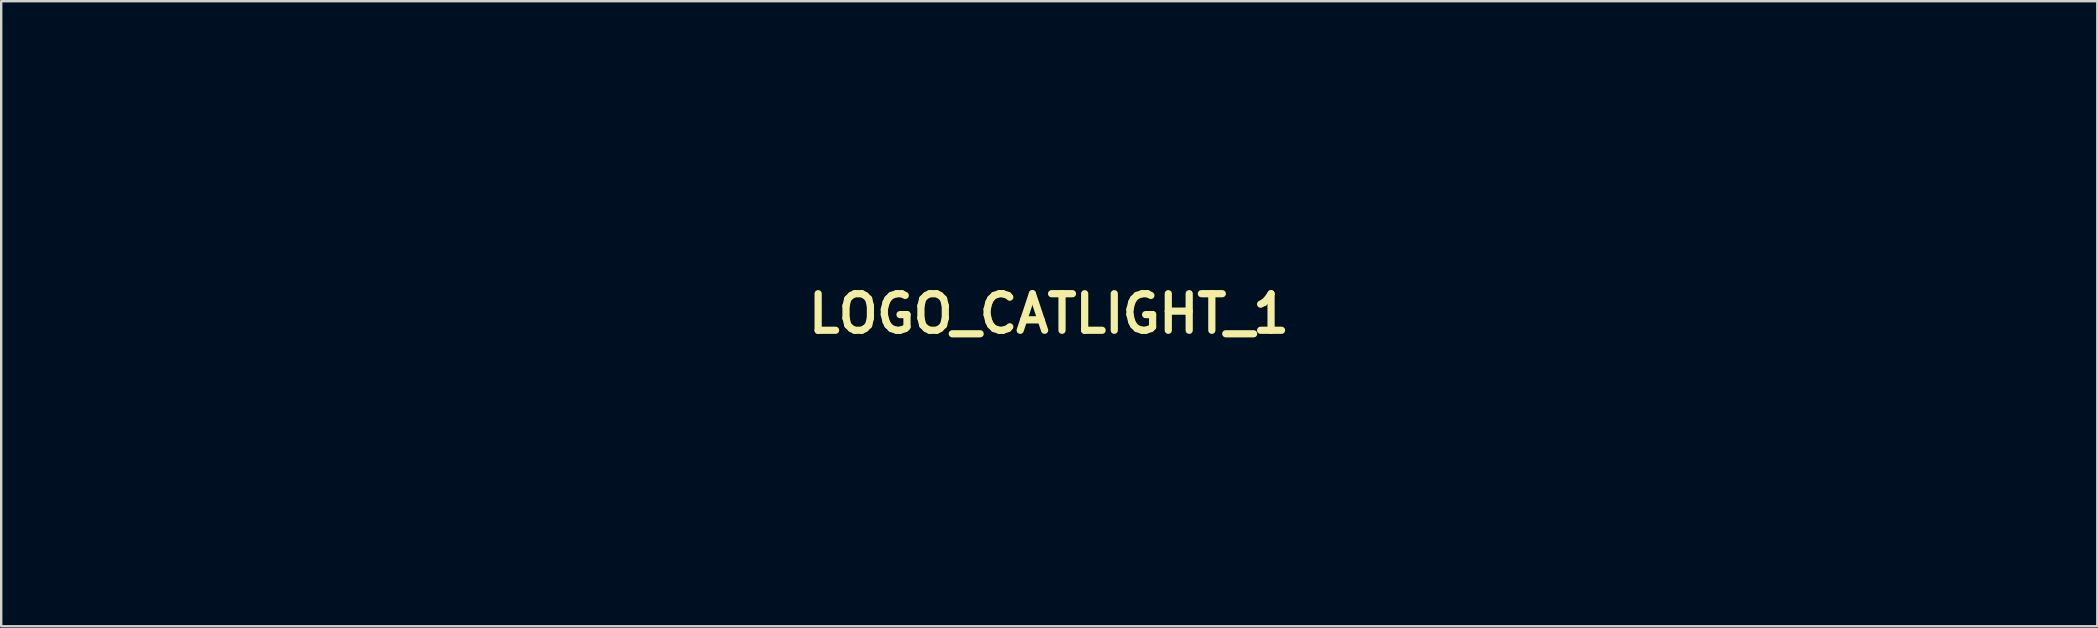
<source format=kicad_pcb>
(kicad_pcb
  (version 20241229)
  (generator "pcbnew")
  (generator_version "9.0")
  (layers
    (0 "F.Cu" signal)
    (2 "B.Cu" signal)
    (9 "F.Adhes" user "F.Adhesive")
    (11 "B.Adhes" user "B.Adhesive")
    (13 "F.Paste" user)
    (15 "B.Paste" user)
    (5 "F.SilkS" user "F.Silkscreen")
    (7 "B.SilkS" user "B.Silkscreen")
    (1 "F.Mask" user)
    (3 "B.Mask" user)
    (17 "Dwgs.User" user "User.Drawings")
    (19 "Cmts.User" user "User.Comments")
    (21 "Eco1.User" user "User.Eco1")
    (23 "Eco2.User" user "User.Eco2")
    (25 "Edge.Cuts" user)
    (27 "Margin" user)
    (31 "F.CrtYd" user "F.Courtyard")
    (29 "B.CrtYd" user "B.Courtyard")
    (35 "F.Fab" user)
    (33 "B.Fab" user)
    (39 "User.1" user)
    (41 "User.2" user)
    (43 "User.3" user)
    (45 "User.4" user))
  (footprint "LOGO_CATLIGHT_1"
    (layer "F.Cu")
    (at 40.649 10.02)
    (property "Reference" "LOGO_CATLIGHT_1" (at 0 0 0) (layer "F.SilkS") (effects (font (size 1.524 1.524) (thickness 0.3))))
    (attr board_only exclude_from_pos_files exclude_from_bom)
    (fp_poly (pts (xy 14.319 -0.843) (xy 14.333 -0.843) (xy 14.691 -0.837) (xy 14.691 0.922) (xy 14.328 0.927) (xy 14.195 0.929) (xy 14.097 0.929) (xy 14.03 0.927) (xy 13.988 0.922) (xy 13.964 0.913) (xy 13.953 0.902) (xy 13.952 0.899) (xy 13.949 0.869) (xy 13.946 0.803) (xy 13.943 0.705) (xy 13.942 0.583) (xy 13.94 0.442) (xy 13.94 0.286) (xy 13.94 0.122) (xy 13.94 -0.045) (xy 13.941 -0.209) (xy 13.943 -0.364) (xy 13.945 -0.506) (xy 13.947 -0.628) (xy 13.95 -0.725) (xy 13.953 -0.791) (xy 13.957 -0.821) (xy 13.957 -0.821) (xy 13.974 -0.832) (xy 14.015 -0.839) (xy 14.082 -0.843) (xy 14.182 -0.844)) (stroke (width 0) (type solid)) (fill yes) (layer "F.Mask"))
    (fp_poly (pts (xy 15.237 -1.394) (xy 15.332 -1.393) (xy 15.729 -1.388) (xy 15.735 0.041) (xy 15.736 0.333) (xy 15.736 0.586) (xy 15.736 0.801) (xy 15.736 0.982) (xy 15.734 1.13) (xy 15.733 1.249) (xy 15.73 1.341) (xy 15.727 1.408) (xy 15.723 1.453) (xy 15.718 1.478) (xy 15.714 1.487) (xy 15.683 1.493) (xy 15.619 1.497) (xy 15.53 1.501) (xy 15.426 1.503) (xy 15.314 1.503) (xy 15.204 1.502) (xy 15.105 1.5) (xy 15.026 1.496) (xy 14.974 1.49) (xy 14.961 1.486) (xy 14.956 1.475) (xy 14.951 1.446) (xy 14.947 1.396) (xy 14.943 1.325) (xy 14.941 1.228) (xy 14.939 1.103) (xy 14.937 0.948) (xy 14.936 0.76) (xy 14.935 0.537) (xy 14.935 0.276) (xy 14.934 0.062) (xy 14.935 -0.179) (xy 14.935 -0.407) (xy 14.935 -0.62) (xy 14.935 -0.814) (xy 14.935 -0.984) (xy 14.935 -1.128) (xy 14.935 -1.242) (xy 14.935 -1.323) (xy 14.935 -1.366) (xy 14.935 -1.372) (xy 14.944 -1.382) (xy 14.974 -1.389) (xy 15.03 -1.393) (xy 15.116 -1.395)) (stroke (width 0) (type solid)) (fill yes) (layer "F.Mask"))
    (fp_poly (pts (xy 4.427 -0.336) (xy 4.466 -0.332) (xy 4.487 -0.324) (xy 4.496 -0.315) (xy 4.487 -0.289) (xy 4.456 -0.232) (xy 4.403 -0.148) (xy 4.332 -0.04) (xy 4.245 0.088) (xy 4.173 0.192) (xy 4.077 0.328) (xy 3.982 0.463) (xy 3.893 0.591) (xy 3.814 0.703) (xy 3.751 0.794) (xy 3.714 0.847) (xy 3.65 0.941) (xy 3.572 1.053) (xy 3.491 1.168) (xy 3.434 1.25) (xy 3.354 1.362) (xy 3.265 1.488) (xy 3.179 1.611) (xy 3.127 1.684) (xy 3.06 1.778) (xy 2.994 1.868) (xy 2.937 1.945) (xy 2.901 1.991) (xy 2.87 2.032) (xy 2.818 2.102) (xy 2.749 2.198) (xy 2.667 2.312) (xy 2.576 2.442) (xy 2.478 2.581) (xy 2.427 2.653) (xy 2.33 2.79) (xy 2.242 2.914) (xy 2.163 3.023) (xy 2.098 3.112) (xy 2.049 3.177) (xy 2.019 3.213) (xy 2.012 3.22) (xy 2 3.201) (xy 1.978 3.147) (xy 1.948 3.064) (xy 1.911 2.958) (xy 1.87 2.835) (xy 1.852 2.78) (xy 1.805 2.632) (xy 1.755 2.479) (xy 1.708 2.333) (xy 1.666 2.204) (xy 1.634 2.104) (xy 1.632 2.097) (xy 1.553 1.856) (xy 1.487 1.652) (xy 1.433 1.483) (xy 1.389 1.345) (xy 1.355 1.235) (xy 1.33 1.15) (xy 1.313 1.088) (xy 1.303 1.045) (xy 1.299 1.018) (xy 1.3 1.006) (xy 1.309 0.997) (xy 1.33 0.99) (xy 1.368 0.984) (xy 1.427 0.98) (xy 1.511 0.977) (xy 1.625 0.976) (xy 1.773 0.975) (xy 1.958 0.974) (xy 1.959 0.974) (xy 2.138 0.974) (xy 2.293 0.972) (xy 2.422 0.969) (xy 2.519 0.965) (xy 2.581 0.961) (xy 2.606 0.955) (xy 2.606 0.955) (xy 2.601 0.931) (xy 2.586 0.877) (xy 2.56 0.793) (xy 2.523 0.675) (xy 2.473 0.521) (xy 2.414 0.339) (xy 2.35 0.142) (xy 2.299 -0.02) (xy 2.261 -0.145) (xy 2.236 -0.233) (xy 2.225 -0.282) (xy 2.224 -0.289) (xy 2.231 -0.298) (xy 2.255 -0.304) (xy 2.299 -0.309) (xy 2.367 -0.313) (xy 2.464 -0.316) (xy 2.594 -0.317) (xy 2.759 -0.318) (xy 2.865 -0.318) (xy 3.059 -0.318) (xy 3.267 -0.32) (xy 3.48 -0.322) (xy 3.684 -0.325) (xy 3.868 -0.329) (xy 3.995 -0.332) (xy 4.154 -0.336) (xy 4.276 -0.338) (xy 4.365 -0.338)) (stroke (width 0) (type solid)) (fill yes) (layer "F.Mask"))
    (fp_poly (pts (xy 17.494 -5.251) (xy 18.01 -5.251) (xy 18.567 -5.25) (xy 18.748 -5.25) (xy 23.038 -5.243) (xy 23.043 -3.052) (xy 23.044 -2.684) (xy 23.045 -2.357) (xy 23.047 -2.068) (xy 23.048 -1.815) (xy 23.05 -1.597) (xy 23.052 -1.411) (xy 23.054 -1.255) (xy 23.056 -1.128) (xy 23.059 -1.027) (xy 23.062 -0.95) (xy 23.066 -0.895) (xy 23.069 -0.861) (xy 23.074 -0.845) (xy 23.075 -0.844) (xy 23.099 -0.841) (xy 23.163 -0.839) (xy 23.263 -0.837) (xy 23.397 -0.836) (xy 23.56 -0.834) (xy 23.752 -0.833) (xy 23.967 -0.831) (xy 24.204 -0.83) (xy 24.46 -0.829) (xy 24.73 -0.829) (xy 25.014 -0.828) (xy 25.306 -0.828) (xy 25.605 -0.827) (xy 25.908 -0.827) (xy 26.211 -0.827) (xy 26.511 -0.827) (xy 26.806 -0.828) (xy 27.092 -0.828) (xy 27.366 -0.829) (xy 27.627 -0.83) (xy 27.869 -0.831) (xy 28.091 -0.832) (xy 28.289 -0.833) (xy 28.461 -0.835) (xy 28.604 -0.837) (xy 28.713 -0.838) (xy 28.788 -0.84) (xy 28.823 -0.843) (xy 28.826 -0.843) (xy 28.837 -0.866) (xy 28.846 -0.921) (xy 28.852 -1.011) (xy 28.856 -1.139) (xy 28.858 -1.208) (xy 28.864 -1.557) (xy 30.876 -1.557) (xy 30.882 0.021) (xy 30.883 0.277) (xy 30.883 0.521) (xy 30.883 0.751) (xy 30.883 0.961) (xy 30.883 1.15) (xy 30.882 1.314) (xy 30.881 1.449) (xy 30.88 1.552) (xy 30.878 1.619) (xy 30.876 1.647) (xy 30.865 1.695) (xy 29.872 1.695) (xy 29.639 1.695) (xy 29.445 1.694) (xy 29.287 1.693) (xy 29.16 1.692) (xy 29.061 1.69) (xy 28.987 1.687) (xy 28.935 1.683) (xy 28.9 1.678) (xy 28.879 1.672) (xy 28.868 1.665) (xy 28.866 1.661) (xy 28.861 1.628) (xy 28.857 1.562) (xy 28.854 1.472) (xy 28.853 1.367) (xy 28.853 1.354) (xy 28.853 1.08) (xy 25.956 1.086) (xy 23.059 1.091) (xy 23.049 3.337) (xy 23.038 5.582) (xy 22.037 5.588) (xy 21.036 5.593) (xy 21.031 1.139) (xy 21.025 -3.315) (xy 17.774 -3.322) (xy 17.278 -3.323) (xy 16.823 -3.323) (xy 16.408 -3.323) (xy 16.033 -3.323) (xy 15.697 -3.323) (xy 15.398 -3.322) (xy 15.135 -3.321) (xy 14.908 -3.319) (xy 14.715 -3.317) (xy 14.556 -3.315) (xy 14.429 -3.312) (xy 14.334 -3.309) (xy 14.269 -3.305) (xy 14.257 -3.304) (xy 13.885 -3.256) (xy 13.544 -3.181) (xy 13.236 -3.077) (xy 12.957 -2.945) (xy 12.709 -2.784) (xy 12.49 -2.592) (xy 12.299 -2.37) (xy 12.135 -2.115) (xy 11.997 -1.829) (xy 11.886 -1.508) (xy 11.799 -1.154) (xy 11.77 -0.996) (xy 11.724 -0.658) (xy 11.694 -0.298) (xy 11.681 0.076) (xy 11.683 0.454) (xy 11.702 0.826) (xy 11.736 1.183) (xy 11.785 1.516) (xy 11.821 1.695) (xy 11.914 2.04) (xy 12.033 2.354) (xy 12.179 2.636) (xy 12.352 2.889) (xy 12.411 2.962) (xy 12.561 3.112) (xy 12.745 3.254) (xy 12.957 3.383) (xy 13.189 3.495) (xy 13.433 3.586) (xy 13.679 3.652) (xy 13.759 3.669) (xy 13.831 3.684) (xy 13.898 3.697) (xy 13.965 3.707) (xy 14.035 3.715) (xy 14.112 3.722) (xy 14.2 3.728) (xy 14.303 3.732) (xy 14.424 3.735) (xy 14.568 3.737) (xy 14.737 3.738) (xy 14.937 3.739) (xy 15.171 3.739) (xy 15.442 3.739) (xy 15.507 3.739) (xy 15.783 3.739) (xy 16.021 3.739) (xy 16.222 3.739) (xy 16.392 3.738) (xy 16.533 3.737) (xy 16.648 3.735) (xy 16.742 3.733) (xy 16.816 3.73) (xy 16.876 3.726) (xy 16.923 3.721) (xy 16.963 3.715) (xy 16.997 3.708) (xy 17.029 3.7) (xy 17.063 3.69) (xy 17.063 3.69) (xy 17.267 3.617) (xy 17.442 3.523) (xy 17.59 3.403) (xy 17.716 3.256) (xy 17.822 3.077) (xy 17.91 2.863) (xy 17.967 2.68) (xy 17.981 2.602) (xy 17.99 2.492) (xy 17.995 2.361) (xy 17.996 2.219) (xy 17.992 2.076) (xy 17.985 1.944) (xy 17.973 1.832) (xy 17.958 1.75) (xy 17.957 1.749) (xy 17.884 1.549) (xy 17.783 1.367) (xy 17.658 1.208) (xy 17.514 1.077) (xy 17.355 0.977) (xy 17.187 0.915) (xy 17.172 0.911) (xy 17.096 0.894) (xy 17.096 1.536) (xy 17.095 1.698) (xy 17.094 1.848) (xy 17.092 1.979) (xy 17.09 2.086) (xy 17.087 2.163) (xy 17.084 2.206) (xy 17.083 2.212) (xy 17.075 2.222) (xy 17.056 2.23) (xy 17.021 2.236) (xy 16.966 2.24) (xy 16.886 2.243) (xy 16.776 2.245) (xy 16.632 2.245) (xy 16.524 2.246) (xy 16.356 2.245) (xy 16.225 2.244) (xy 16.127 2.242) (xy 16.057 2.239) (xy 16.011 2.234) (xy 15.983 2.227) (xy 15.969 2.219) (xy 15.965 2.212) (xy 15.963 2.187) (xy 15.961 2.122) (xy 15.96 2.02) (xy 15.958 1.885) (xy 15.957 1.719) (xy 15.955 1.525) (xy 15.954 1.306) (xy 15.953 1.065) (xy 15.953 0.805) (xy 15.952 0.528) (xy 15.952 0.238) (xy 15.952 0.053) (xy 15.952 -0.296) (xy 15.952 -0.605) (xy 15.952 -0.876) (xy 15.953 -1.112) (xy 15.954 -1.316) (xy 15.955 -1.489) (xy 15.956 -1.635) (xy 15.958 -1.755) (xy 15.96 -1.851) (xy 15.962 -1.928) (xy 15.965 -1.985) (xy 15.968 -2.027) (xy 15.972 -2.056) (xy 15.977 -2.073) (xy 15.982 -2.082) (xy 15.985 -2.084) (xy 16.015 -2.088) (xy 16.081 -2.091) (xy 16.177 -2.094) (xy 16.296 -2.096) (xy 16.433 -2.097) (xy 16.532 -2.097) (xy 16.71 -2.097) (xy 16.848 -2.094) (xy 16.951 -2.091) (xy 17.02 -2.085) (xy 17.06 -2.077) (xy 17.07 -2.072) (xy 17.078 -2.051) (xy 17.085 -2.003) (xy 17.09 -1.926) (xy 17.093 -1.817) (xy 17.095 -1.672) (xy 17.096 -1.488) (xy 17.096 -1.436) (xy 17.096 -0.826) (xy 17.194 -0.826) (xy 17.287 -0.821) (xy 17.409 -0.807) (xy 17.546 -0.785) (xy 17.686 -0.759) (xy 17.817 -0.73) (xy 17.869 -0.717) (xy 18.147 -0.627) (xy 18.393 -0.519) (xy 18.615 -0.387) (xy 18.82 -0.227) (xy 18.983 -0.07) (xy 19.173 0.154) (xy 19.337 0.401) (xy 19.474 0.673) (xy 19.588 0.975) (xy 19.679 1.31) (xy 19.692 1.366) (xy 19.719 1.524) (xy 19.74 1.712) (xy 19.754 1.922) (xy 19.763 2.143) (xy 19.764 2.364) (xy 19.758 2.574) (xy 19.745 2.764) (xy 19.734 2.86) (xy 19.675 3.216) (xy 19.599 3.536) (xy 19.504 3.826) (xy 19.388 4.09) (xy 19.25 4.332) (xy 19.087 4.557) (xy 18.897 4.769) (xy 18.877 4.79) (xy 18.644 5) (xy 18.396 5.18) (xy 18.128 5.33) (xy 17.838 5.453) (xy 17.522 5.549) (xy 17.175 5.621) (xy 16.927 5.656) (xy 16.871 5.66) (xy 16.777 5.664) (xy 16.65 5.667) (xy 16.495 5.669) (xy 16.317 5.671) (xy 16.12 5.673) (xy 15.909 5.674) (xy 15.689 5.674) (xy 15.464 5.674) (xy 15.24 5.674) (xy 15.02 5.673) (xy 14.81 5.672) (xy 14.614 5.67) (xy 14.438 5.668) (xy 14.285 5.665) (xy 14.161 5.662) (xy 14.071 5.658) (xy 14.024 5.655) (xy 13.662 5.609) (xy 13.34 5.556) (xy 13.06 5.494) (xy 12.96 5.467) (xy 12.886 5.446) (xy 12.815 5.426) (xy 12.811 5.425) (xy 12.618 5.363) (xy 12.41 5.281) (xy 12.18 5.177) (xy 12.116 5.146) (xy 11.766 4.951) (xy 11.443 4.724) (xy 11.148 4.466) (xy 10.881 4.176) (xy 10.641 3.854) (xy 10.431 3.501) (xy 10.248 3.117) (xy 10.094 2.703) (xy 9.968 2.258) (xy 9.871 1.782) (xy 9.809 1.335) (xy 9.76 0.722) (xy 9.748 0.11) (xy 9.772 -0.494) (xy 9.832 -1.085) (xy 9.852 -1.229) (xy 9.878 -1.386) (xy 9.91 -1.555) (xy 9.944 -1.723) (xy 9.979 -1.878) (xy 10.012 -2.007) (xy 10.023 -2.044) (xy 10.148 -2.428) (xy 10.289 -2.776) (xy 10.448 -3.095) (xy 10.627 -3.391) (xy 10.636 -3.404) (xy 10.703 -3.504) (xy 10.76 -3.585) (xy 10.812 -3.654) (xy 10.866 -3.718) (xy 10.928 -3.787) (xy 11.005 -3.867) (xy 11.105 -3.967) (xy 11.142 -4.004) (xy 11.429 -4.263) (xy 11.739 -4.491) (xy 12.072 -4.689) (xy 12.43 -4.856) (xy 12.815 -4.993) (xy 13.228 -5.101) (xy 13.671 -5.181) (xy 14.144 -5.233) (xy 14.151 -5.233) (xy 14.208 -5.236) (xy 14.296 -5.239) (xy 14.414 -5.242) (xy 14.564 -5.244) (xy 14.748 -5.246) (xy 14.964 -5.247) (xy 15.215 -5.249) (xy 15.502 -5.25) (xy 15.825 -5.251) (xy 16.184 -5.251) (xy 16.582 -5.252) (xy 17.018 -5.252)) (stroke (width 0) (type solid)) (fill yes) (layer "F.Mask"))
    (fp_poly (pts (xy 40.674 -10.02) (xy 40.674 -6.504) (xy 38.296 -6.498) (xy 35.918 -6.493) (xy 35.913 -4.719) (xy 35.907 -2.945) (xy 30.887 -2.945) (xy 30.887 -2.66) (xy 30.886 -2.552) (xy 30.883 -2.458) (xy 30.88 -2.386) (xy 30.875 -2.346) (xy 30.874 -2.343) (xy 30.867 -2.335) (xy 30.852 -2.328) (xy 30.824 -2.323) (xy 30.781 -2.319) (xy 30.718 -2.315) (xy 30.632 -2.313) (xy 30.519 -2.311) (xy 30.377 -2.31) (xy 30.201 -2.309) (xy 29.988 -2.309) (xy 29.868 -2.309) (xy 28.875 -2.309) (xy 28.863 -2.357) (xy 28.862 -2.386) (xy 28.86 -2.453) (xy 28.859 -2.556) (xy 28.858 -2.69) (xy 28.857 -2.852) (xy 28.856 -3.039) (xy 28.856 -3.246) (xy 28.857 -3.47) (xy 28.857 -3.707) (xy 28.858 -3.824) (xy 28.864 -5.243) (xy 30.876 -5.243) (xy 30.882 -4.867) (xy 30.888 -4.491) (xy 32.1 -4.496) (xy 33.312 -4.502) (xy 33.318 -5.503) (xy 33.323 -6.504) (xy 6.662 -6.493) (xy 6.657 -4.365) (xy 6.656 -4.005) (xy 6.656 -3.684) (xy 6.656 -3.402) (xy 6.656 -3.156) (xy 6.656 -2.944) (xy 6.657 -2.764) (xy 6.659 -2.614) (xy 6.661 -2.492) (xy 6.663 -2.395) (xy 6.666 -2.321) (xy 6.669 -2.27) (xy 6.673 -2.237) (xy 6.677 -2.222) (xy 6.678 -2.221) (xy 6.704 -2.217) (xy 6.769 -2.214) (xy 6.866 -2.211) (xy 6.992 -2.208) (xy 7.143 -2.206) (xy 7.313 -2.205) (xy 7.499 -2.204) (xy 7.611 -2.203) (xy 8.517 -2.203) (xy 8.506 -0.752) (xy 7.303 -0.747) (xy 7.027 -0.745) (xy 6.791 -0.743) (xy 6.593 -0.741) (xy 6.432 -0.738) (xy 6.305 -0.735) (xy 6.211 -0.731) (xy 6.147 -0.727) (xy 6.111 -0.722) (xy 6.101 -0.717) (xy 6.112 -0.693) (xy 6.144 -0.64) (xy 6.193 -0.562) (xy 6.256 -0.464) (xy 6.33 -0.353) (xy 6.373 -0.288) (xy 6.447 -0.178) (xy 6.54 -0.039) (xy 6.648 0.121) (xy 6.766 0.296) (xy 6.889 0.48) (xy 7.013 0.666) (xy 7.135 0.846) (xy 7.15 0.869) (xy 7.278 1.06) (xy 7.424 1.277) (xy 7.581 1.511) (xy 7.743 1.752) (xy 7.903 1.991) (xy 8.056 2.219) (xy 8.195 2.425) (xy 8.204 2.44) (xy 8.315 2.606) (xy 8.418 2.762) (xy 8.511 2.905) (xy 8.591 3.029) (xy 8.656 3.133) (xy 8.704 3.212) (xy 8.733 3.263) (xy 8.74 3.282) (xy 8.72 3.287) (xy 8.668 3.292) (xy 8.581 3.296) (xy 8.459 3.3) (xy 8.3 3.302) (xy 8.103 3.304) (xy 7.866 3.305) (xy 7.678 3.305) (xy 6.631 3.305) (xy 6.631 6.369) (xy 11.115 6.384) (xy 11.465 6.385) (xy 11.856 6.386) (xy 12.284 6.387) (xy 12.746 6.388) (xy 13.241 6.388) (xy 13.767 6.389) (xy 14.319 6.39) (xy 14.897 6.391) (xy 15.496 6.392) (xy 16.116 6.393) (xy 16.754 6.393) (xy 17.406 6.394) (xy 18.071 6.395) (xy 18.746 6.395) (xy 19.428 6.396) (xy 20.116 6.396) (xy 20.806 6.397) (xy 21.496 6.397) (xy 22.184 6.397) (xy 22.867 6.397) (xy 23.542 6.398) (xy 24.208 6.398) (xy 24.493 6.398) (xy 33.386 6.398) (xy 33.386 4.639) (xy 30.888 4.639) (xy 30.882 5.111) (xy 30.876 5.582) (xy 28.864 5.582) (xy 28.864 2.447) (xy 30.865 2.436) (xy 30.876 2.484) (xy 30.88 2.522) (xy 30.885 2.594) (xy 30.889 2.688) (xy 30.892 2.795) (xy 30.892 2.807) (xy 30.897 3.082) (xy 34.287 3.082) (xy 34.287 0.858) (xy 33.67 0.852) (xy 33.053 0.847) (xy 32.897 0.96) (xy 32.82 1.015) (xy 32.72 1.087) (xy 32.611 1.167) (xy 32.503 1.246) (xy 32.486 1.258) (xy 32.33 1.371) (xy 32.204 1.461) (xy 32.105 1.53) (xy 32.03 1.58) (xy 31.976 1.613) (xy 31.938 1.631) (xy 31.915 1.636) (xy 31.903 1.63) (xy 31.901 1.628) (xy 31.898 1.602) (xy 31.895 1.537) (xy 31.892 1.439) (xy 31.89 1.31) (xy 31.888 1.155) (xy 31.886 0.978) (xy 31.885 0.784) (xy 31.884 0.576) (xy 31.883 0.358) (xy 31.883 0.135) (xy 31.883 -0.089) (xy 31.884 -0.311) (xy 31.885 -0.525) (xy 31.886 -0.729) (xy 31.888 -0.918) (xy 31.89 -1.087) (xy 31.892 -1.234) (xy 31.895 -1.352) (xy 31.898 -1.44) (xy 31.901 -1.491) (xy 31.903 -1.504) (xy 31.91 -1.515) (xy 31.917 -1.522) (xy 31.929 -1.523) (xy 31.948 -1.516) (xy 31.978 -1.499) (xy 32.024 -1.47) (xy 32.088 -1.426) (xy 32.173 -1.365) (xy 32.284 -1.285) (xy 32.424 -1.184) (xy 32.516 -1.117) (xy 33.011 -0.758) (xy 34.395 -0.774) (xy 34.683 -0.777) (xy 34.931 -0.779) (xy 35.142 -0.781) (xy 35.318 -0.781) (xy 35.463 -0.781) (xy 35.579 -0.78) (xy 35.668 -0.778) (xy 35.733 -0.775) (xy 35.778 -0.772) (xy 35.803 -0.767) (xy 35.812 -0.763) (xy 35.815 -0.757) (xy 35.818 -0.743) (xy 35.821 -0.721) (xy 35.824 -0.688) (xy 35.827 -0.643) (xy 35.829 -0.585) (xy 35.831 -0.511) (xy 35.833 -0.422) (xy 35.834 -0.314) (xy 35.836 -0.186) (xy 35.837 -0.038) (xy 35.838 0.133) (xy 35.84 0.328) (xy 35.84 0.548) (xy 35.841 0.796) (xy 35.842 1.072) (xy 35.842 1.379) (xy 35.843 1.717) (xy 35.843 2.088) (xy 35.843 2.494) (xy 35.844 2.936) (xy 35.844 3.415) (xy 35.844 3.934) (xy 35.844 4.494) (xy 35.844 4.545) (xy 35.844 5.133) (xy 35.844 5.68) (xy 35.843 6.186) (xy 35.843 6.654) (xy 35.843 7.084) (xy 35.842 7.478) (xy 35.841 7.837) (xy 35.841 8.161) (xy 35.84 8.453) (xy 35.839 8.714) (xy 35.837 8.944) (xy 35.836 9.144) (xy 35.834 9.317) (xy 35.833 9.463) (xy 35.831 9.583) (xy 35.829 9.679) (xy 35.826 9.752) (xy 35.824 9.802) (xy 35.821 9.832) (xy 35.819 9.843) (xy 35.796 9.844) (xy 35.732 9.845) (xy 35.629 9.845) (xy 35.487 9.846) (xy 35.308 9.847) (xy 35.093 9.848) (xy 34.844 9.849) (xy 34.562 9.849) (xy 34.248 9.85) (xy 33.904 9.851) (xy 33.53 9.851) (xy 33.128 9.851) (xy 32.7 9.852) (xy 32.247 9.852) (xy 31.77 9.853) (xy 31.271 9.853) (xy 30.75 9.853) (xy 30.21 9.853) (xy 29.651 9.853) (xy 29.074 9.853) (xy 28.482 9.853) (xy 27.875 9.853) (xy 27.255 9.853) (xy 26.623 9.853) (xy 25.98 9.853) (xy 25.328 9.853) (xy 24.668 9.853) (xy 24.001 9.853) (xy 23.329 9.852) (xy 22.653 9.852) (xy 21.975 9.852) (xy 21.295 9.851) (xy 20.615 9.851) (xy 19.936 9.85) (xy 19.26 9.85) (xy 18.587 9.849) (xy 17.92 9.849) (xy 17.26 9.848) (xy 16.607 9.847) (xy 15.964 9.847) (xy 15.331 9.846) (xy 14.71 9.845) (xy 14.103 9.844) (xy 13.509 9.844) (xy 12.932 9.843) (xy 12.372 9.842) (xy 11.83 9.841) (xy 11.308 9.84) (xy 10.807 9.839) (xy 10.329 9.838) (xy 9.874 9.837) (xy 9.445 9.836) (xy 9.042 9.835) (xy 8.666 9.834) (xy 8.32 9.833) (xy 8.004 9.832) (xy 7.72 9.831) (xy 7.469 9.83) (xy 7.393 9.829) (xy 6.881 9.826) (xy 6.405 9.823) (xy 5.968 9.82) (xy 5.568 9.817) (xy 5.207 9.814) (xy 4.885 9.811) (xy 4.603 9.808) (xy 4.36 9.804) (xy 4.158 9.801) (xy 3.997 9.797) (xy 3.877 9.794) (xy 3.798 9.79) (xy 3.771 9.788) (xy 3.652 9.774) (xy 3.517 9.759) (xy 3.388 9.745) (xy 3.358 9.741) (xy 3.019 9.697) (xy 2.667 9.637) (xy 2.319 9.566) (xy 2.013 9.49) (xy 1.572 9.353) (xy 1.139 9.182) (xy 0.719 8.98) (xy 0.317 8.75) (xy -0.06 8.495) (xy -0.408 8.218) (xy -0.668 7.976) (xy -0.99 7.626) (xy -1.279 7.251) (xy -1.535 6.854) (xy -1.755 6.439) (xy -1.938 6.009) (xy -2.082 5.568) (xy -2.139 5.338) (xy -2.176 5.172) (xy -2.208 5.021) (xy -2.236 4.875) (xy -2.261 4.727) (xy -2.285 4.569) (xy -2.309 4.391) (xy -2.334 4.186) (xy -2.356 4.004) (xy -2.359 3.961) (xy -2.361 3.883) (xy -2.364 3.77) (xy -2.367 3.62) (xy -2.369 3.434) (xy -2.372 3.211) (xy -2.374 2.951) (xy -2.376 2.653) (xy -2.378 2.316) (xy -2.38 1.94) (xy -2.382 1.525) (xy -2.384 1.071) (xy -2.386 0.576) (xy -2.388 0.04) (xy -2.39 -0.537) (xy -2.391 -1.156) (xy -2.392 -1.345) (xy -2.392 -1.609) (xy 1.038 -1.609) (xy 1.038 -1.064) (xy 1.038 -0.559) (xy 1.038 -0.094) (xy 1.038 0.335) (xy 1.039 0.728) (xy 1.039 1.087) (xy 1.04 1.415) (xy 1.041 1.712) (xy 1.042 1.981) (xy 1.043 2.223) (xy 1.044 2.44) (xy 1.046 2.633) (xy 1.048 2.806) (xy 1.05 2.958) (xy 1.053 3.092) (xy 1.056 3.21) (xy 1.059 3.314) (xy 1.063 3.404) (xy 1.067 3.484) (xy 1.071 3.554) (xy 1.076 3.616) (xy 1.082 3.673) (xy 1.088 3.725) (xy 1.094 3.775) (xy 1.101 3.824) (xy 1.104 3.845) (xy 1.122 3.946) (xy 1.145 4.064) (xy 1.172 4.186) (xy 1.199 4.297) (xy 1.223 4.387) (xy 1.233 4.417) (xy 1.358 4.716) (xy 1.519 4.994) (xy 1.715 5.248) (xy 1.943 5.48) (xy 2.202 5.686) (xy 2.492 5.867) (xy 2.811 6.022) (xy 3.158 6.149) (xy 3.531 6.247) (xy 3.887 6.311) (xy 4.054 6.334) (xy 4.189 6.351) (xy 4.304 6.362) (xy 4.408 6.369) (xy 4.513 6.373) (xy 4.571 6.374) (xy 4.788 6.376) (xy 4.788 3.305) (xy 3.76 3.305) (xy 3.519 3.305) (xy 3.317 3.304) (xy 3.151 3.303) (xy 3.018 3.301) (xy 2.914 3.299) (xy 2.836 3.296) (xy 2.781 3.292) (xy 2.746 3.287) (xy 2.726 3.281) (xy 2.72 3.276) (xy 2.73 3.253) (xy 2.761 3.198) (xy 2.811 3.115) (xy 2.88 3.006) (xy 2.964 2.876) (xy 3.061 2.727) (xy 3.17 2.562) (xy 3.288 2.385) (xy 3.312 2.349) (xy 3.572 1.962) (xy 3.809 1.609) (xy 4.025 1.289) (xy 4.22 0.999) (xy 4.395 0.738) (xy 4.552 0.504) (xy 4.691 0.297) (xy 4.813 0.114) (xy 4.92 -0.046) (xy 5.012 -0.184) (xy 5.091 -0.302) (xy 5.157 -0.401) (xy 5.212 -0.484) (xy 5.256 -0.551) (xy 5.291 -0.604) (xy 5.317 -0.645) (xy 5.335 -0.674) (xy 5.347 -0.694) (xy 5.354 -0.706) (xy 5.356 -0.711) (xy 5.352 -0.718) (xy 5.336 -0.723) (xy 5.304 -0.728) (xy 5.254 -0.732) (xy 5.181 -0.736) (xy 5.084 -0.738) (xy 4.96 -0.741) (xy 4.804 -0.742) (xy 4.615 -0.744) (xy 4.389 -0.746) (xy 4.18 -0.747) (xy 2.998 -0.752) (xy 2.998 -2.193) (xy 3.909 -2.204) (xy 4.101 -2.206) (xy 4.279 -2.209) (xy 4.44 -2.211) (xy 4.578 -2.213) (xy 4.69 -2.216) (xy 4.771 -2.217) (xy 4.816 -2.219) (xy 4.825 -2.22) (xy 4.826 -2.241) (xy 4.826 -2.302) (xy 4.827 -2.4) (xy 4.827 -2.531) (xy 4.827 -2.694) (xy 4.827 -2.884) (xy 4.827 -3.1) (xy 4.827 -3.339) (xy 4.826 -3.597) (xy 4.826 -3.872) (xy 4.825 -4.162) (xy 4.825 -4.359) (xy 4.819 -6.493) (xy 2.929 -6.498) (xy 1.038 -6.504) (xy 1.038 -1.609) (xy -2.392 -1.609) (xy -2.404 -6.493) (xy -7.415 -6.504) (xy -7.415 10.02) (xy -12.24 10.02) (xy -12.272 9.951) (xy -12.287 9.917) (xy -12.315 9.847) (xy -12.355 9.748) (xy -12.405 9.623) (xy -12.463 9.478) (xy -12.526 9.318) (xy -12.594 9.147) (xy -12.604 9.12) (xy -12.672 8.948) (xy -12.735 8.788) (xy -12.792 8.643) (xy -12.841 8.519) (xy -12.881 8.419) (xy -12.908 8.348) (xy -12.923 8.312) (xy -12.924 8.31) (xy -12.948 8.251) (xy -12.965 8.209) (xy -12.989 8.148) (xy -13.005 8.108) (xy -13.017 8.081) (xy -13.042 8.017) (xy -13.08 7.921) (xy -13.129 7.796) (xy -13.188 7.646) (xy -13.256 7.474) (xy -13.331 7.284) (xy -13.412 7.079) (xy -13.497 6.863) (xy -13.505 6.843) (xy -13.59 6.626) (xy -13.672 6.419) (xy -13.748 6.227) (xy -13.816 6.053) (xy -13.877 5.9) (xy -13.927 5.772) (xy -13.967 5.672) (xy -13.994 5.605) (xy -14.007 5.572) (xy -14.007 5.571) (xy -14.032 5.511) (xy -14.048 5.471) (xy -14.072 5.41) (xy -14.086 5.376) (xy -14.096 5.349) (xy -14.121 5.287) (xy -14.16 5.19) (xy -14.21 5.062) (xy -14.272 4.906) (xy -14.343 4.725) (xy -14.424 4.521) (xy -14.513 4.297) (xy -14.608 4.056) (xy -14.709 3.8) (xy -14.814 3.534) (xy -14.85 3.442) (xy -14.957 3.172) (xy -15.059 2.913) (xy -15.156 2.667) (xy -15.247 2.438) (xy -15.33 2.227) (xy -15.405 2.038) (xy -15.47 1.874) (xy -15.524 1.738) (xy -15.566 1.631) (xy -15.595 1.557) (xy -15.61 1.519) (xy -15.612 1.515) (xy -15.633 1.461) (xy -15.651 1.419) (xy -15.662 1.391) (xy -15.688 1.326) (xy -15.727 1.229) (xy -15.776 1.103) (xy -15.836 0.953) (xy -15.904 0.78) (xy -15.979 0.589) (xy -16.06 0.384) (xy -16.145 0.168) (xy -16.153 0.148) (xy -16.239 -0.069) (xy -16.32 -0.275) (xy -16.396 -0.467) (xy -16.465 -0.641) (xy -16.525 -0.794) (xy -16.576 -0.922) (xy -16.615 -1.022) (xy -16.642 -1.09) (xy -16.655 -1.122) (xy -16.655 -1.123) (xy -16.673 -1.165) (xy -16.689 -1.205) (xy -16.708 -1.251) (xy -16.731 -1.311) (xy -16.763 -1.393) (xy -16.805 -1.504) (xy -16.822 -1.546) (xy -16.902 -1.741) (xy -16.981 -1.898) (xy -17.063 -2.021) (xy -17.152 -2.113) (xy -17.252 -2.18) (xy -17.369 -2.225) (xy -17.505 -2.251) (xy -17.594 -2.26) (xy -17.789 -2.257) (xy -17.963 -2.218) (xy -18.117 -2.142) (xy -18.25 -2.03) (xy -18.293 -1.982) (xy -18.327 -1.935) (xy -18.364 -1.873) (xy -18.406 -1.793) (xy -18.455 -1.689) (xy -18.513 -1.558) (xy -18.581 -1.395) (xy -18.662 -1.197) (xy -18.662 -1.197) (xy -18.706 -1.089) (xy -18.746 -0.99) (xy -18.78 -0.909) (xy -18.803 -0.854) (xy -18.806 -0.847) (xy -18.836 -0.778) (xy -18.864 -0.712) (xy -18.865 -0.71) (xy -18.883 -0.667) (xy -18.913 -0.594) (xy -18.951 -0.5) (xy -18.992 -0.396) (xy -19.002 -0.371) (xy -19.045 -0.265) (xy -19.084 -0.168) (xy -19.116 -0.089) (xy -19.138 -0.039) (xy -19.141 -0.032) (xy -19.158 0.007) (xy -19.189 0.079) (xy -19.23 0.179) (xy -19.281 0.3) (xy -19.337 0.436) (xy -19.397 0.582) (xy -19.459 0.731) (xy -19.519 0.879) (xy -19.576 1.017) (xy -19.627 1.142) (xy -19.632 1.155) (xy -19.673 1.254) (xy -19.711 1.347) (xy -19.742 1.421) (xy -19.759 1.462) (xy -19.797 1.549) (xy -19.827 1.621) (xy -19.856 1.689) (xy -19.888 1.768) (xy -19.929 1.872) (xy -19.934 1.885) (xy -19.973 1.982) (xy -20.009 2.07) (xy -20.038 2.139) (xy -20.052 2.171) (xy -20.069 2.211) (xy -20.1 2.284) (xy -20.143 2.386) (xy -20.195 2.511) (xy -20.254 2.654) (xy -20.318 2.81) (xy -20.385 2.973) (xy -20.453 3.138) (xy -20.519 3.301) (xy -20.564 3.411) (xy -20.608 3.52) (xy -20.649 3.62) (xy -20.684 3.704) (xy -20.708 3.76) (xy -20.712 3.771) (xy -20.75 3.858) (xy -20.781 3.93) (xy -20.809 3.998) (xy -20.841 4.078) (xy -20.883 4.182) (xy -20.888 4.194) (xy -20.926 4.291) (xy -20.962 4.379) (xy -20.991 4.448) (xy -21.005 4.48) (xy -21.023 4.52) (xy -21.054 4.593) (xy -21.096 4.695) (xy -21.148 4.82) (xy -21.207 4.963) (xy -21.271 5.119) (xy -21.338 5.282) (xy -21.406 5.448) (xy -21.472 5.61) (xy -21.517 5.72) (xy -21.567 5.844) (xy -21.606 5.939) (xy -21.637 6.014) (xy -21.665 6.079) (xy -21.693 6.144) (xy -21.72 6.207) (xy -21.74 6.253) (xy -21.772 6.33) (xy -21.811 6.426) (xy -21.855 6.534) (xy -21.869 6.567) (xy -21.932 6.724) (xy -21.999 6.887) (xy -22.067 7.053) (xy -22.133 7.214) (xy -22.196 7.367) (xy -22.253 7.505) (xy -22.303 7.624) (xy -22.342 7.718) (xy -22.369 7.782) (xy -22.38 7.806) (xy -22.4 7.852) (xy -22.431 7.926) (xy -22.468 8.017) (xy -22.498 8.092) (xy -22.547 8.217) (xy -22.587 8.315) (xy -22.623 8.399) (xy -22.659 8.483) (xy -22.669 8.506) (xy -22.685 8.542) (xy -22.714 8.613) (xy -22.756 8.715) (xy -22.809 8.843) (xy -22.87 8.993) (xy -22.939 9.161) (xy -23.013 9.342) (xy -23.09 9.531) (xy -23.117 9.596) (xy -23.165 9.715) (xy -23.21 9.82) (xy -23.247 9.906) (xy -23.274 9.966) (xy -23.288 9.994) (xy -23.288 9.994) (xy -23.298 9.997) (xy -23.324 10) (xy -23.367 10.002) (xy -23.43 10.005) (xy -23.513 10.007) (xy -23.618 10.009) (xy -23.746 10.011) (xy -23.898 10.012) (xy -24.078 10.014) (xy -24.284 10.015) (xy -24.52 10.016) (xy -24.787 10.016) (xy -25.086 10.017) (xy -25.418 10.017) (xy -25.786 10.017) (xy -26.189 10.018) (xy -26.631 10.017) (xy -27.112 10.017) (xy -27.635 10.017) (xy -27.643 10.017) (xy -28.074 10.017) (xy -28.497 10.016) (xy -28.909 10.015) (xy -29.309 10.014) (xy -29.694 10.013) (xy -30.061 10.012) (xy -30.41 10.011) (xy -30.737 10.01) (xy -31.041 10.008) (xy -31.318 10.007) (xy -31.568 10.005) (xy -31.787 10.004) (xy -31.974 10.002) (xy -32.125 10) (xy -32.241 9.999) (xy -32.316 9.997) (xy -32.338 9.996) (xy -32.629 9.98) (xy -32.895 9.96) (xy -33.15 9.936) (xy -33.413 9.905) (xy -33.672 9.87) (xy -33.85 9.842) (xy -34.045 9.807) (xy -34.246 9.768) (xy -34.442 9.726) (xy -34.621 9.685) (xy -34.773 9.646) (xy -34.806 9.636) (xy -34.892 9.611) (xy -34.977 9.587) (xy -35.028 9.572) (xy -35.45 9.436) (xy -35.877 9.269) (xy -36.301 9.075) (xy -36.71 8.859) (xy -37.093 8.627) (xy -37.266 8.511) (xy -37.649 8.225) (xy -38.003 7.922) (xy -38.329 7.601) (xy -38.632 7.256) (xy -38.913 6.885) (xy -39.176 6.484) (xy -39.423 6.05) (xy -39.656 5.58) (xy -39.737 5.402) (xy -39.831 5.176) (xy -39.926 4.916) (xy -40.021 4.634) (xy -40.112 4.338) (xy -40.197 4.037) (xy -40.272 3.741) (xy -40.335 3.459) (xy -40.357 3.347) (xy -40.374 3.256) (xy -40.393 3.161) (xy -40.399 3.125) (xy -40.453 2.819) (xy -40.503 2.476) (xy -40.549 2.096) (xy -40.592 1.675) (xy -40.614 1.441) (xy -40.621 1.339) (xy -40.627 1.201) (xy -40.632 1.034) (xy -40.637 0.842) (xy -40.641 0.632) (xy -40.644 0.409) (xy -40.647 0.198) (xy -37.212 0.198) (xy -37.202 0.566) (xy -37.18 0.975) (xy -37.153 1.346) (xy -37.121 1.683) (xy -37.082 1.989) (xy -37.038 2.267) (xy -37.03 2.309) (xy -37.016 2.383) (xy -36.999 2.475) (xy -36.987 2.542) (xy -36.913 2.878) (xy -36.819 3.219) (xy -36.706 3.556) (xy -36.579 3.881) (xy -36.44 4.186) (xy -36.292 4.462) (xy -36.2 4.611) (xy -35.974 4.92) (xy -35.714 5.204) (xy -35.422 5.461) (xy -35.102 5.691) (xy -34.754 5.891) (xy -34.382 6.06) (xy -34.096 6.162) (xy -33.993 6.195) (xy -33.882 6.227) (xy -33.777 6.258) (xy -33.687 6.282) (xy -33.625 6.297) (xy -33.62 6.298) (xy -33.573 6.307) (xy -33.5 6.321) (xy -33.416 6.338) (xy -33.408 6.34) (xy -33.214 6.375) (xy -33.002 6.408) (xy -32.786 6.435) (xy -32.581 6.456) (xy -32.401 6.468) (xy -32.391 6.469) (xy -32.306 6.472) (xy -32.228 6.476) (xy -32.184 6.478) (xy -32.115 6.482) (xy -32.115 6.158) (xy -32.106 5.844) (xy -32.078 5.568) (xy -32.031 5.329) (xy -31.965 5.128) (xy -31.93 5.052) (xy -31.873 4.955) (xy -31.801 4.851) (xy -31.724 4.754) (xy -31.651 4.676) (xy -31.623 4.651) (xy -31.581 4.615) (xy -31.571 4.592) (xy -31.586 4.576) (xy -31.629 4.561) (xy -31.685 4.555) (xy -31.751 4.55) (xy -31.85 4.535) (xy -31.972 4.514) (xy -32.108 4.487) (xy -32.249 4.457) (xy -32.387 4.425) (xy -32.513 4.393) (xy -32.572 4.376) (xy -32.879 4.278) (xy -33.15 4.17) (xy -33.392 4.049) (xy -33.611 3.912) (xy -33.815 3.755) (xy -33.991 3.592) (xy -34.193 3.367) (xy -34.367 3.127) (xy -34.513 2.866) (xy -34.633 2.582) (xy -34.729 2.271) (xy -34.802 1.929) (xy -34.851 1.578) (xy -34.861 1.443) (xy -34.867 1.285) (xy -34.868 1.111) (xy -34.865 0.933) (xy -34.858 0.758) (xy -34.847 0.595) (xy -34.833 0.454) (xy -34.816 0.344) (xy -34.81 0.318) (xy -34.711 -0.011) (xy -34.581 -0.318) (xy -34.422 -0.598) (xy -34.239 -0.843) (xy -34.144 -0.956) (xy -34.18 -1.076) (xy -34.217 -1.204) (xy -34.243 -1.319) (xy -34.26 -1.43) (xy -34.269 -1.549) (xy -34.272 -1.688) (xy -34.27 -1.858) (xy -34.269 -1.864) (xy -34.264 -2.028) (xy -34.256 -2.158) (xy -34.244 -2.263) (xy -34.228 -2.351) (xy -34.217 -2.398) (xy -34.176 -2.547) (xy -34.136 -2.675) (xy -34.1 -2.776) (xy -34.069 -2.844) (xy -34.05 -2.871) (xy -34.003 -2.893) (xy -33.923 -2.902) (xy -33.817 -2.899) (xy -33.691 -2.886) (xy -33.554 -2.862) (xy -33.412 -2.829) (xy -33.273 -2.787) (xy -33.272 -2.787) (xy -33.157 -2.743) (xy -33.016 -2.682) (xy -32.858 -2.606) (xy -32.693 -2.523) (xy -32.53 -2.435) (xy -32.379 -2.349) (xy -32.298 -2.3) (xy -32.21 -2.246) (xy -32.131 -2.202) (xy -32.071 -2.172) (xy -32.038 -2.161) (xy -32.038 -2.161) (xy -32 -2.166) (xy -31.933 -2.18) (xy -31.851 -2.199) (xy -31.83 -2.204) (xy -31.639 -2.246) (xy -31.417 -2.286) (xy -31.176 -2.321) (xy -30.927 -2.351) (xy -30.682 -2.374) (xy -30.453 -2.389) (xy -30.256 -2.394) (xy -30.006 -2.386) (xy -29.729 -2.367) (xy -29.441 -2.336) (xy -29.154 -2.296) (xy -28.883 -2.248) (xy -28.71 -2.211) (xy -28.617 -2.19) (xy -28.536 -2.174) (xy -28.479 -2.163) (xy -28.459 -2.161) (xy -28.428 -2.172) (xy -28.37 -2.201) (xy -28.293 -2.245) (xy -28.206 -2.298) (xy -27.954 -2.447) (xy -27.704 -2.579) (xy -27.461 -2.691) (xy -27.231 -2.781) (xy -27.016 -2.847) (xy -26.824 -2.888) (xy -26.659 -2.902) (xy -26.585 -2.901) (xy -26.528 -2.894) (xy -26.483 -2.876) (xy -26.446 -2.841) (xy -26.415 -2.786) (xy -26.383 -2.704) (xy -26.348 -2.59) (xy -26.313 -2.468) (xy -26.269 -2.267) (xy -26.241 -2.047) (xy -26.23 -1.817) (xy -26.236 -1.59) (xy -26.258 -1.377) (xy -26.298 -1.188) (xy -26.311 -1.145) (xy -26.333 -1.071) (xy -26.348 -1.01) (xy -26.353 -0.977) (xy -26.34 -0.946) (xy -26.306 -0.892) (xy -26.257 -0.824) (xy -26.225 -0.784) (xy -26.039 -0.522) (xy -25.889 -0.245) (xy -25.774 0.051) (xy -25.694 0.368) (xy -25.647 0.708) (xy -25.634 1.038) (xy -25.649 1.45) (xy -25.693 1.842) (xy -25.767 2.21) (xy -25.87 2.552) (xy -26.001 2.868) (xy -26.159 3.153) (xy -26.254 3.292) (xy -26.435 3.51) (xy -26.648 3.715) (xy -26.88 3.901) (xy -27.122 4.056) (xy -27.22 4.109) (xy -27.319 4.154) (xy -27.447 4.207) (xy -27.593 4.262) (xy -27.745 4.316) (xy -27.893 4.365) (xy -27.995 4.396) (xy -28.092 4.421) (xy -28.209 4.449) (xy -28.338 4.476) (xy -28.47 4.502) (xy -28.594 4.525) (xy -28.701 4.542) (xy -28.783 4.553) (xy -28.817 4.555) (xy -28.881 4.559) (xy -28.915 4.572) (xy -28.918 4.599) (xy -28.891 4.645) (xy -28.833 4.712) (xy -28.799 4.749) (xy -28.665 4.91) (xy -28.573 5.063) (xy -28.529 5.157) (xy -28.494 5.244) (xy -28.467 5.331) (xy -28.447 5.425) (xy -28.433 5.534) (xy -28.422 5.665) (xy -28.415 5.824) (xy -28.41 5.985) (xy -28.398 6.472) (xy -26.602 6.477) (xy -24.806 6.483) (xy -24.784 6.425) (xy -24.758 6.361) (xy -24.732 6.303) (xy -24.715 6.264) (xy -24.685 6.192) (xy -24.643 6.092) (xy -24.592 5.971) (xy -24.536 5.834) (xy -24.475 5.687) (xy -24.413 5.537) (xy -24.352 5.388) (xy -24.294 5.247) (xy -24.242 5.12) (xy -24.241 5.116) (xy -24.196 5.006) (xy -24.161 4.921) (xy -24.131 4.849) (xy -24.1 4.777) (xy -24.062 4.69) (xy -24.057 4.676) (xy -24.035 4.624) (xy -24.003 4.547) (xy -23.968 4.46) (xy -23.959 4.438) (xy -23.918 4.335) (xy -23.883 4.25) (xy -23.846 4.163) (xy -23.809 4.078) (xy -23.791 4.034) (xy -23.76 3.96) (xy -23.719 3.862) (xy -23.671 3.747) (xy -23.619 3.62) (xy -23.563 3.485) (xy -23.508 3.351) (xy -23.454 3.221) (xy -23.406 3.102) (xy -23.364 2.999) (xy -23.331 2.919) (xy -23.31 2.866) (xy -23.303 2.847) (xy -23.295 2.824) (xy -23.275 2.776) (xy -23.258 2.738) (xy -23.219 2.649) (xy -23.187 2.576) (xy -23.157 2.505) (xy -23.123 2.423) (xy -23.081 2.317) (xy -23.07 2.288) (xy -23.031 2.191) (xy -22.995 2.103) (xy -22.966 2.034) (xy -22.952 2.002) (xy -22.935 1.963) (xy -22.905 1.891) (xy -22.863 1.792) (xy -22.813 1.671) (xy -22.756 1.534) (xy -22.695 1.387) (xy -22.633 1.235) (xy -22.572 1.086) (xy -22.513 0.944) (xy -22.461 0.816) (xy -22.42 0.714) (xy -22.38 0.619) (xy -22.347 0.541) (xy -22.328 0.498) (xy -22.304 0.443) (xy -22.27 0.361) (xy -22.231 0.264) (xy -22.201 0.191) (xy -22.156 0.078) (xy -22.121 -0.009) (xy -22.091 -0.082) (xy -22.06 -0.153) (xy -22.023 -0.237) (xy -22.013 -0.259) (xy -21.988 -0.318) (xy -21.971 -0.358) (xy -21.968 -0.369) (xy -21.96 -0.39) (xy -21.939 -0.444) (xy -21.905 -0.526) (xy -21.863 -0.63) (xy -21.813 -0.75) (xy -21.759 -0.881) (xy -21.703 -1.017) (xy -21.647 -1.152) (xy -21.594 -1.28) (xy -21.545 -1.397) (xy -21.504 -1.495) (xy -21.472 -1.57) (xy -21.452 -1.615) (xy -21.45 -1.621) (xy -21.43 -1.666) (xy -21.4 -1.74) (xy -21.363 -1.831) (xy -21.333 -1.907) (xy -21.294 -2.004) (xy -21.258 -2.094) (xy -21.229 -2.164) (xy -21.214 -2.198) (xy -21.183 -2.269) (xy -21.154 -2.336) (xy -21.132 -2.389) (xy -21.1 -2.466) (xy -21.066 -2.552) (xy -21.061 -2.564) (xy -20.95 -2.836) (xy -20.848 -3.072) (xy -20.751 -3.278) (xy -20.656 -3.457) (xy -20.561 -3.616) (xy -20.464 -3.758) (xy -20.361 -3.891) (xy -20.33 -3.927) (xy -20.16 -4.111) (xy -19.986 -4.263) (xy -19.798 -4.394) (xy -19.581 -4.515) (xy -19.564 -4.523) (xy -19.233 -4.664) (xy -18.876 -4.774) (xy -18.492 -4.852) (xy -18.079 -4.899) (xy -17.645 -4.915) (xy -17.225 -4.9) (xy -16.827 -4.856) (xy -16.455 -4.783) (xy -16.109 -4.681) (xy -15.792 -4.552) (xy -15.505 -4.395) (xy -15.359 -4.296) (xy -15.188 -4.153) (xy -15.019 -3.978) (xy -14.859 -3.78) (xy -14.715 -3.569) (xy -14.595 -3.353) (xy -14.592 -3.347) (xy -14.578 -3.319) (xy -14.564 -3.291) (xy -14.551 -3.263) (xy -14.537 -3.233) (xy -14.522 -3.199) (xy -14.504 -3.159) (xy -14.484 -3.113) (xy -14.461 -3.058) (xy -14.434 -2.993) (xy -14.402 -2.916) (xy -14.365 -2.826) (xy -14.323 -2.721) (xy -14.274 -2.599) (xy -14.218 -2.46) (xy -14.154 -2.301) (xy -14.082 -2.12) (xy -14.001 -1.917) (xy -13.91 -1.69) (xy -13.809 -1.436) (xy -13.697 -1.155) (xy -13.573 -0.845) (xy -13.438 -0.504) (xy -13.289 -0.131) (xy -13.127 0.276) (xy -12.951 0.719) (xy -12.761 1.198) (xy -12.666 1.435) (xy -12.502 1.848) (xy -12.342 2.25) (xy -12.187 2.64) (xy -12.037 3.016) (xy -11.893 3.376) (xy -11.756 3.719) (xy -11.626 4.042) (xy -11.505 4.345) (xy -11.393 4.624) (xy -11.291 4.878) (xy -11.199 5.107) (xy -11.118 5.307) (xy -11.049 5.477) (xy -10.993 5.615) (xy -10.95 5.72) (xy -10.921 5.79) (xy -10.906 5.823) (xy -10.905 5.825) (xy -10.903 5.804) (xy -10.902 5.743) (xy -10.901 5.642) (xy -10.9 5.504) (xy -10.899 5.331) (xy -10.898 5.123) (xy -10.897 4.883) (xy -10.896 4.612) (xy -10.895 4.312) (xy -10.895 3.984) (xy -10.894 3.631) (xy -10.894 3.254) (xy -10.894 2.855) (xy -10.893 2.434) (xy -10.893 1.995) (xy -10.893 1.538) (xy -10.893 1.065) (xy -10.893 0.579) (xy -10.894 0.08) (xy -10.894 -0.334) (xy -10.899 -6.493) (xy -21.576 -6.5) (xy -22.447 -6.5) (xy -23.276 -6.501) (xy -24.064 -6.501) (xy -24.811 -6.501) (xy -25.52 -6.502) (xy -26.189 -6.502) (xy -26.82 -6.502) (xy -27.414 -6.502) (xy -27.971 -6.501) (xy -28.493 -6.501) (xy -28.979 -6.501) (xy -29.43 -6.5) (xy -29.848 -6.5) (xy -30.232 -6.499) (xy -30.584 -6.498) (xy -30.904 -6.497) (xy -31.194 -6.496) (xy -31.453 -6.495) (xy -31.682 -6.494) (xy -31.883 -6.493) (xy -32.055 -6.492) (xy -32.2 -6.49) (xy -32.319 -6.489) (xy -32.411 -6.487) (xy -32.478 -6.485) (xy -32.52 -6.483) (xy -32.529 -6.483) (xy -32.951 -6.436) (xy -33.342 -6.372) (xy -33.707 -6.29) (xy -34.055 -6.188) (xy -34.075 -6.182) (xy -34.463 -6.035) (xy -34.818 -5.864) (xy -35.145 -5.666) (xy -35.446 -5.44) (xy -35.697 -5.211) (xy -35.848 -5.056) (xy -35.974 -4.917) (xy -36.081 -4.784) (xy -36.178 -4.646) (xy -36.273 -4.496) (xy -36.276 -4.49) (xy -36.452 -4.168) (xy -36.607 -3.829) (xy -36.743 -3.467) (xy -36.861 -3.079) (xy -36.962 -2.66) (xy -37.049 -2.206) (xy -37.07 -2.076) (xy -37.115 -1.741) (xy -37.152 -1.375) (xy -37.181 -0.987) (xy -37.201 -0.589) (xy -37.212 -0.191) (xy -37.212 0.198) (xy -40.647 0.198) (xy -40.647 0.18) (xy -40.648 -0.051) (xy -40.649 -0.276) (xy -40.648 -0.491) (xy -40.647 -0.689) (xy -40.644 -0.865) (xy -40.64 -1.013) (xy -40.636 -1.127) (xy -40.633 -1.165) (xy -40.607 -1.488) (xy -40.583 -1.769) (xy -40.56 -2.01) (xy -40.539 -2.212) (xy -40.519 -2.374) (xy -40.504 -2.479) (xy -40.492 -2.559) (xy -40.477 -2.661) (xy -40.462 -2.761) (xy -40.462 -2.765) (xy -40.434 -2.943) (xy -40.401 -3.133) (xy -40.359 -3.344) (xy -40.308 -3.584) (xy -40.293 -3.654) (xy -40.208 -4.004) (xy -40.106 -4.364) (xy -40.013 -4.661) (xy -39.825 -5.183) (xy -39.61 -5.684) (xy -39.369 -6.159) (xy -39.105 -6.605) (xy -38.82 -7.018) (xy -38.59 -7.308) (xy -38.353 -7.572) (xy -38.088 -7.836) (xy -37.803 -8.094) (xy -37.507 -8.337) (xy -37.207 -8.56) (xy -36.912 -8.756) (xy -36.723 -8.868) (xy -36.516 -8.981) (xy -36.331 -9.078) (xy -36.154 -9.164) (xy -35.973 -9.246) (xy -35.774 -9.33) (xy -35.341 -9.492) (xy -34.877 -9.635) (xy -34.392 -9.757) (xy -33.893 -9.857) (xy -33.39 -9.931) (xy -33.153 -9.956) (xy -33.034 -9.968) (xy -32.909 -9.981) (xy -32.797 -9.993) (xy -32.74 -10) (xy -32.712 -10.001) (xy -32.641 -10.002) (xy -32.529 -10.003) (xy -32.375 -10.003) (xy -32.18 -10.004) (xy -31.943 -10.005) (xy -31.666 -10.006) (xy -31.349 -10.006) (xy -30.991 -10.007) (xy -30.594 -10.008) (xy -30.157 -10.009) (xy -29.68 -10.009) (xy -29.165 -10.01) (xy -28.61 -10.011) (xy -28.017 -10.011) (xy -27.386 -10.012) (xy -26.717 -10.012) (xy -26.01 -10.013) (xy -25.266 -10.013) (xy -24.484 -10.014) (xy -23.666 -10.015) (xy -22.811 -10.015) (xy -21.92 -10.015) (xy -20.992 -10.016) (xy -20.029 -10.016) (xy -19.03 -10.017) (xy -17.997 -10.017) (xy -16.928 -10.017) (xy -15.824 -10.018) (xy -14.686 -10.018) (xy -13.514 -10.018) (xy -12.308 -10.019) (xy -11.068 -10.019) (xy -9.795 -10.019) (xy -8.489 -10.019) (xy -7.15 -10.02) (xy -5.779 -10.02) (xy -4.375 -10.02) (xy -2.94 -10.02) (xy -1.473 -10.02) (xy 0.026 -10.02) (xy 1.556 -10.02) (xy 3.116 -10.02) (xy 4.052 -10.02)) (stroke (width 0) (type solid)) (fill yes) (layer "F.Mask")))
  (gr_rect
    (start -3 -3)
    (end 84.323 23.04)
    (stroke (width 0.1) (type default))
    (fill no)
    (layer "Edge.Cuts")))
</source>
